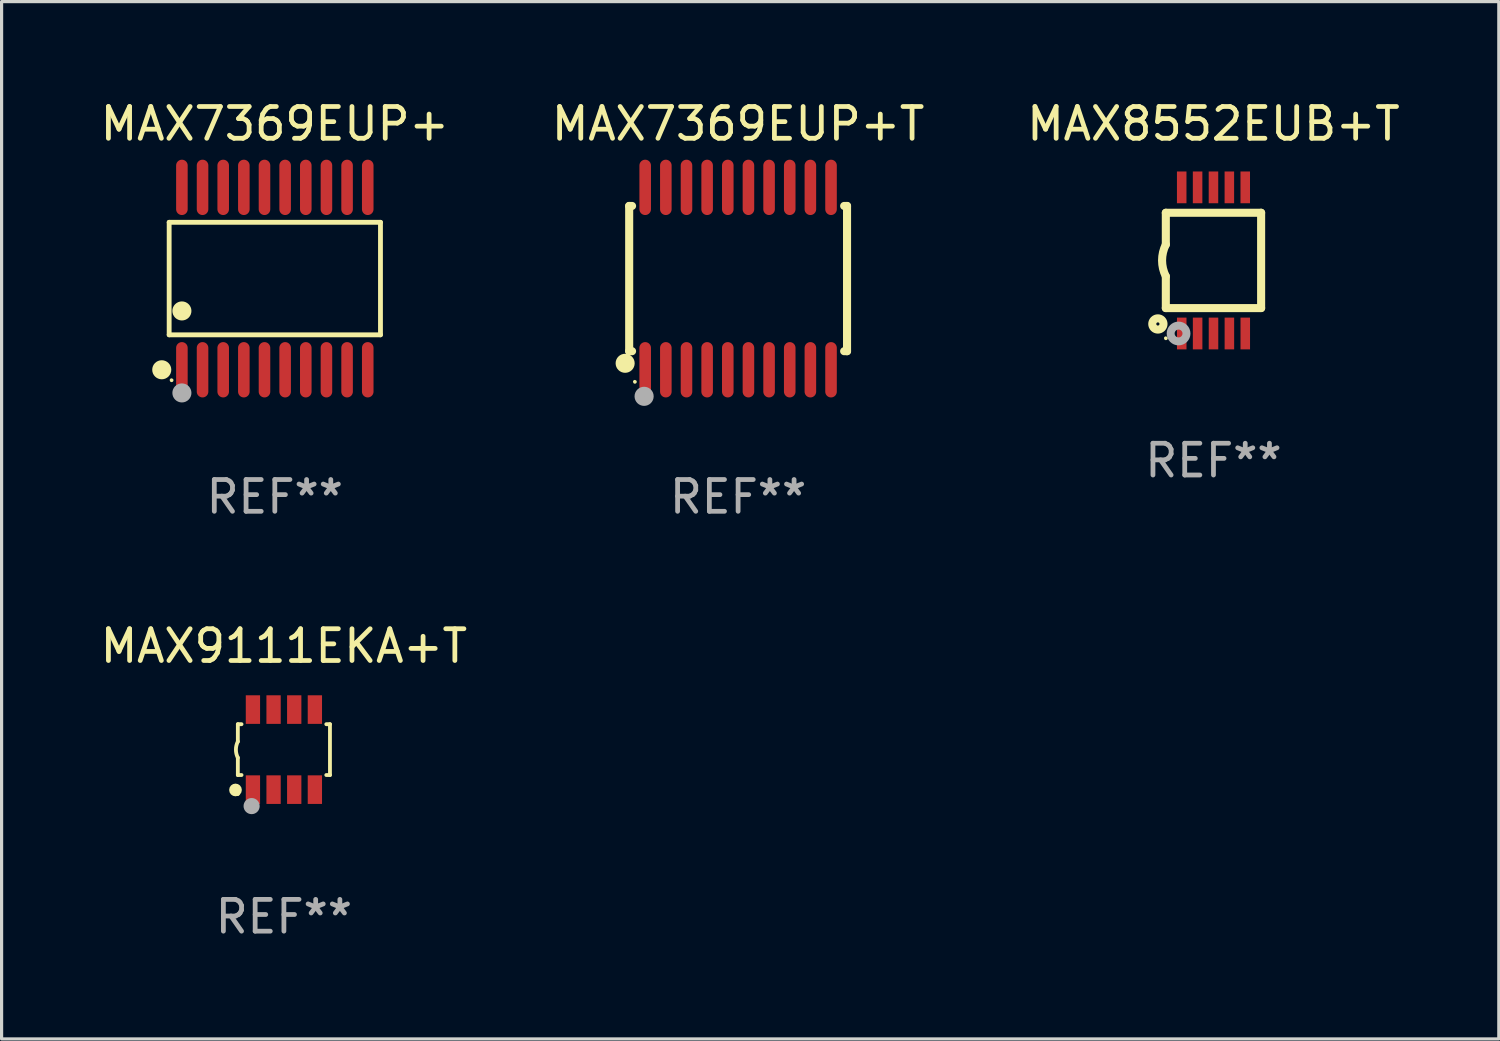
<source format=kicad_pcb>
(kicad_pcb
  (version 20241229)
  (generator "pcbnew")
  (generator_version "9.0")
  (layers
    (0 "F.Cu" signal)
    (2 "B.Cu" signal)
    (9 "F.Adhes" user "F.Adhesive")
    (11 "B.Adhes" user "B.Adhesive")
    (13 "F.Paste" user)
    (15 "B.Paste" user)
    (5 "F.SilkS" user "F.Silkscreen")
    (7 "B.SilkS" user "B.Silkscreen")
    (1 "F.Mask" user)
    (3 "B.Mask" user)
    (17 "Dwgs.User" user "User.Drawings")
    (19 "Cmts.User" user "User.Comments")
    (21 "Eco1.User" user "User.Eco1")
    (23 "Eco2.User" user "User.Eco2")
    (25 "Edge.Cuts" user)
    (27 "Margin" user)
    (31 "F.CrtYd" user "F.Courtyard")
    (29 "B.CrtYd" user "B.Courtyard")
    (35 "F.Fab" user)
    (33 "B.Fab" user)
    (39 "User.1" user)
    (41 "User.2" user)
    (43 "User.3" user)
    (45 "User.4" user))
  (footprint "MAX8552EUB+T"
    (layer "F.Cu")
    (at 35.149 5.148)
    (property "Reference" "MAX8552EUB+T" (at 0 -4.3 0) (layer "F.SilkS") (effects (font (size 1 1) (thickness 0.15))))
    (attr through_hole)
    (fp_line (start -1.5 -1.5) (end -1.5 -0.5) (stroke (width 0.254) (type solid)) (layer "F.SilkS"))
    (fp_line (start -1.5 1.5) (end -1.5 0.5) (stroke (width 0.254) (type solid)) (layer "F.SilkS"))
    (fp_line (start -1.5 1.5) (end 1.5 1.5) (stroke (width 0.254) (type solid)) (layer "F.SilkS"))
    (fp_line (start 1.5 1.5) (end 1.5 -1.5) (stroke (width 0.254) (type solid)) (layer "F.SilkS"))
    (fp_line (start 1.5 -1.5) (end -1.5 -1.5) (stroke (width 0.254) (type solid)) (layer "F.SilkS"))
    (fp_arc (start -1.500165 0.5) (mid -1.618199 0) (end -1.500165 -0.5) (stroke (width 0.254001) (type solid)) (layer "F.SilkS"))
    (fp_circle (center -1.75 2) (end -1.573 2) (stroke (width 0.254) (type solid)) (fill no) (layer "F.SilkS"))
    (fp_circle (center -1.499 2.45) (end -1.469 2.45) (stroke (width 0.06) (type solid)) (fill no) (layer "F.SilkS"))
    (fp_circle (center -1.099 2.3) (end -0.975 2.3) (stroke (width 0.25) (type solid)) (fill no) (layer "F.Fab"))
    (fp_text user "REF**" (at 0 6.3 0) (layer "F.Fab") (effects (font (size 1 1) (thickness 0.15))))
    (pad "1" smd rect (at -0.999 2.3 180) (size 0.3 1) (layers "F.Cu" "F.Mask" "F.Paste"))
    (pad "2" smd rect (at -0.499 2.3 180) (size 0.3 1) (layers "F.Cu" "F.Mask" "F.Paste"))
    (pad "3" smd rect (at 0.001 2.3 180) (size 0.3 1) (layers "F.Cu" "F.Mask" "F.Paste"))
    (pad "4" smd rect (at 0.501 2.3 180) (size 0.3 1) (layers "F.Cu" "F.Mask" "F.Paste"))
    (pad "5" smd rect (at 1.001 2.3 180) (size 0.3 1) (layers "F.Cu" "F.Mask" "F.Paste"))
    (pad "6" smd rect (at 1 -2.3 180) (size 0.3 1) (layers "F.Cu" "F.Mask" "F.Paste"))
    (pad "7" smd rect (at 0.5 -2.3 180) (size 0.3 1) (layers "F.Cu" "F.Mask" "F.Paste"))
    (pad "8" smd rect (at -0.000165 -2.3 180) (size 0.3 1) (layers "F.Cu" "F.Mask" "F.Paste"))
    (pad "9" smd rect (at -0.5 -2.3 180) (size 0.3 1) (layers "F.Cu" "F.Mask" "F.Paste"))
    (pad "10" smd rect (at -1 -2.3 180) (size 0.3 1) (layers "F.Cu" "F.Mask" "F.Paste")))
  (footprint "MAX9111EKA+T"
    (layer "F.Cu")
    (at 5.887 20.547)
    (property "Reference" "MAX9111EKA+T" (at 0 -3.26 0) (layer "F.SilkS") (effects (font (size 1 1) (thickness 0.15))))
    (attr through_hole)
    (fp_line (start -1.45 -0.8) (end -1.45 -0.254) (stroke (width 0.12) (type solid)) (layer "F.SilkS"))
    (fp_line (start -1.45 -0.8) (end -1.334 -0.8) (stroke (width 0.12) (type solid)) (layer "F.SilkS"))
    (fp_line (start -1.45 0.8) (end -1.45 0.254) (stroke (width 0.12) (type solid)) (layer "F.SilkS"))
    (fp_line (start -1.45 0.8) (end -1.334 0.8) (stroke (width 0.12) (type solid)) (layer "F.SilkS"))
    (fp_line (start 1.334 -0.8) (end 1.45 -0.8) (stroke (width 0.12) (type solid)) (layer "F.SilkS"))
    (fp_line (start 1.334 0.8) (end 1.45 0.8) (stroke (width 0.12) (type solid)) (layer "F.SilkS"))
    (fp_line (start 1.45 0.8) (end 1.45 -0.8) (stroke (width 0.12) (type solid)) (layer "F.SilkS"))
    (fp_arc (start -1.45075 0.255144) (mid -1.510605 0.000434) (end -1.450013 -0.254102) (stroke (width 0.11999) (type solid)) (layer "F.SilkS"))
    (fp_circle (center -1.524 1.27) (end -1.424 1.27) (stroke (width 0.2) (type solid)) (fill no) (layer "F.SilkS"))
    (fp_circle (center -1.45 1.4) (end -1.42 1.4) (stroke (width 0.06) (type solid)) (fill no) (layer "F.SilkS"))
    (fp_circle (center -1.016 1.778) (end -0.889 1.778) (stroke (width 0.254) (type solid)) (fill no) (layer "F.Fab"))
    (fp_text user "REF**" (at 0 5.26 0) (layer "F.Fab") (effects (font (size 1 1) (thickness 0.15))))
    (pad "1" smd rect (at -0.975 1.26) (size 0.45 0.9) (layers "F.Cu" "F.Mask" "F.Paste"))
    (pad "2" smd rect (at -0.325 1.26) (size 0.45 0.9) (layers "F.Cu" "F.Mask" "F.Paste"))
    (pad "3" smd rect (at 0.325 1.26) (size 0.45 0.9) (layers "F.Cu" "F.Mask" "F.Paste"))
    (pad "4" smd rect (at 0.975 1.26) (size 0.45 0.9) (layers "F.Cu" "F.Mask" "F.Paste"))
    (pad "5" smd rect (at 0.975 -1.26) (size 0.45 0.9) (layers "F.Cu" "F.Mask" "F.Paste"))
    (pad "6" smd rect (at 0.325 -1.26) (size 0.45 0.9) (layers "F.Cu" "F.Mask" "F.Paste"))
    (pad "7" smd rect (at -0.325 -1.26) (size 0.45 0.9) (layers "F.Cu" "F.Mask" "F.Paste"))
    (pad "8" smd rect (at -0.975 -1.26) (size 0.45 0.9) (layers "F.Cu" "F.Mask" "F.Paste")))
  (footprint "MAX7369EUP+"
    (layer "F.Cu")
    (at 5.601 5.719)
    (property "Reference" "MAX7369EUP+" (at 0 -4.871 0) (layer "F.SilkS") (effects (font (size 1 1) (thickness 0.15))))
    (attr through_hole)
    (fp_line (start -3.326 -1.771) (end 3.326 -1.771) (stroke (width 0.152) (type solid)) (layer "F.SilkS"))
    (fp_line (start -3.326 1.771) (end -3.326 -1.771) (stroke (width 0.152) (type solid)) (layer "F.SilkS"))
    (fp_line (start 3.326 -1.771) (end 3.326 1.771) (stroke (width 0.152) (type solid)) (layer "F.SilkS"))
    (fp_line (start 3.326 1.771) (end -3.326 1.771) (stroke (width 0.152) (type solid)) (layer "F.SilkS"))
    (fp_circle (center -3.559 2.871) (end -3.409 2.871) (stroke (width 0.3) (type solid)) (fill no) (layer "F.SilkS"))
    (fp_circle (center -3.25 3.2) (end -3.22 3.2) (stroke (width 0.06) (type solid)) (fill no) (layer "F.SilkS"))
    (fp_circle (center -2.925 1.019) (end -2.775 1.019) (stroke (width 0.3) (type solid)) (fill no) (layer "F.SilkS"))
    (fp_circle (center -2.925 3.6) (end -2.775 3.6) (stroke (width 0.3) (type solid)) (fill no) (layer "F.Fab"))
    (fp_text user "REF**" (at 0 6.871 0) (layer "F.Fab") (effects (font (size 1 1) (thickness 0.15))))
    (pad "1" smd oval (at -2.925 2.871) (size 0.364 1.742) (layers "F.Cu" "F.Mask" "F.Paste"))
    (pad "2" smd oval (at -2.275 2.871) (size 0.364 1.742) (layers "F.Cu" "F.Mask" "F.Paste"))
    (pad "3" smd oval (at -1.625 2.871) (size 0.364 1.742) (layers "F.Cu" "F.Mask" "F.Paste"))
    (pad "4" smd oval (at -0.975 2.871) (size 0.364 1.742) (layers "F.Cu" "F.Mask" "F.Paste"))
    (pad "5" smd oval (at -0.325 2.871) (size 0.364 1.742) (layers "F.Cu" "F.Mask" "F.Paste"))
    (pad "6" smd oval (at 0.325 2.871) (size 0.364 1.742) (layers "F.Cu" "F.Mask" "F.Paste"))
    (pad "7" smd oval (at 0.975 2.871) (size 0.364 1.742) (layers "F.Cu" "F.Mask" "F.Paste"))
    (pad "8" smd oval (at 1.625 2.871) (size 0.364 1.742) (layers "F.Cu" "F.Mask" "F.Paste"))
    (pad "9" smd oval (at 2.275 2.871) (size 0.364 1.742) (layers "F.Cu" "F.Mask" "F.Paste"))
    (pad "10" smd oval (at 2.925 2.871) (size 0.364 1.742) (layers "F.Cu" "F.Mask" "F.Paste"))
    (pad "11" smd oval (at 2.925 -2.871) (size 0.364 1.742) (layers "F.Cu" "F.Mask" "F.Paste"))
    (pad "12" smd oval (at 2.275 -2.871) (size 0.364 1.742) (layers "F.Cu" "F.Mask" "F.Paste"))
    (pad "13" smd oval (at 1.625 -2.871) (size 0.364 1.742) (layers "F.Cu" "F.Mask" "F.Paste"))
    (pad "14" smd oval (at 0.975 -2.871) (size 0.364 1.742) (layers "F.Cu" "F.Mask" "F.Paste"))
    (pad "15" smd oval (at 0.325 -2.871) (size 0.364 1.742) (layers "F.Cu" "F.Mask" "F.Paste"))
    (pad "16" smd oval (at -0.325 -2.871) (size 0.364 1.742) (layers "F.Cu" "F.Mask" "F.Paste"))
    (pad "17" smd oval (at -0.975 -2.871) (size 0.364 1.742) (layers "F.Cu" "F.Mask" "F.Paste"))
    (pad "18" smd oval (at -1.625 -2.871) (size 0.364 1.742) (layers "F.Cu" "F.Mask" "F.Paste"))
    (pad "19" smd oval (at -2.275 -2.871) (size 0.364 1.742) (layers "F.Cu" "F.Mask" "F.Paste"))
    (pad "20" smd oval (at -2.925 -2.871) (size 0.364 1.742) (layers "F.Cu" "F.Mask" "F.Paste")))
  (footprint "MAX7369EUP+T"
    (layer "F.Cu")
    (at 20.185 5.719)
    (property "Reference" "MAX7369EUP+T" (at 0 -4.871 0) (layer "F.SilkS") (effects (font (size 1 1) (thickness 0.15))))
    (attr through_hole)
    (fp_line (start -3.429 -2.286) (end -3.429 2.286) (stroke (width 0.254) (type solid)) (layer "F.SilkS"))
    (fp_line (start -3.429 2.286) (end -3.338 2.286) (stroke (width 0.254) (type solid)) (layer "F.SilkS"))
    (fp_line (start -3.338 -2.286) (end -3.429 -2.286) (stroke (width 0.254) (type solid)) (layer "F.SilkS"))
    (fp_line (start 3.338 -2.286) (end 3.429 -2.286) (stroke (width 0.254) (type solid)) (layer "F.SilkS"))
    (fp_line (start 3.429 -2.286) (end 3.429 2.286) (stroke (width 0.254) (type solid)) (layer "F.SilkS"))
    (fp_line (start 3.429 2.286) (end 3.338 2.286) (stroke (width 0.254) (type solid)) (layer "F.SilkS"))
    (fp_circle (center -3.556 2.667) (end -3.406 2.667) (stroke (width 0.3) (type solid)) (fill no) (layer "F.SilkS"))
    (fp_circle (center -3.25 3.25) (end -3.22 3.25) (stroke (width 0.06) (type solid)) (fill no) (layer "F.SilkS"))
    (fp_circle (center -2.959 3.707) (end -2.808 3.707) (stroke (width 0.3) (type solid)) (fill no) (layer "F.Fab"))
    (fp_text user "REF**" (at 0 6.871 0) (layer "F.Fab") (effects (font (size 1 1) (thickness 0.15))))
    (pad "1" smd oval (at -2.925 2.871) (size 0.364 1.742) (layers "F.Cu" "F.Mask" "F.Paste"))
    (pad "2" smd oval (at -2.275 2.871) (size 0.364 1.742) (layers "F.Cu" "F.Mask" "F.Paste"))
    (pad "3" smd oval (at -1.625 2.871) (size 0.364 1.742) (layers "F.Cu" "F.Mask" "F.Paste"))
    (pad "4" smd oval (at -0.975 2.871) (size 0.364 1.742) (layers "F.Cu" "F.Mask" "F.Paste"))
    (pad "5" smd oval (at -0.325 2.871) (size 0.364 1.742) (layers "F.Cu" "F.Mask" "F.Paste"))
    (pad "6" smd oval (at 0.325 2.871) (size 0.364 1.742) (layers "F.Cu" "F.Mask" "F.Paste"))
    (pad "7" smd oval (at 0.975 2.871) (size 0.364 1.742) (layers "F.Cu" "F.Mask" "F.Paste"))
    (pad "8" smd oval (at 1.625 2.871) (size 0.364 1.742) (layers "F.Cu" "F.Mask" "F.Paste"))
    (pad "9" smd oval (at 2.275 2.871) (size 0.364 1.742) (layers "F.Cu" "F.Mask" "F.Paste"))
    (pad "10" smd oval (at 2.925 2.871) (size 0.364 1.742) (layers "F.Cu" "F.Mask" "F.Paste"))
    (pad "11" smd oval (at 2.925 -2.871) (size 0.364 1.742) (layers "F.Cu" "F.Mask" "F.Paste"))
    (pad "12" smd oval (at 2.275 -2.871) (size 0.364 1.742) (layers "F.Cu" "F.Mask" "F.Paste"))
    (pad "13" smd oval (at 1.625 -2.871) (size 0.364 1.742) (layers "F.Cu" "F.Mask" "F.Paste"))
    (pad "14" smd oval (at 0.975 -2.871) (size 0.364 1.742) (layers "F.Cu" "F.Mask" "F.Paste"))
    (pad "15" smd oval (at 0.325 -2.871) (size 0.364 1.742) (layers "F.Cu" "F.Mask" "F.Paste"))
    (pad "16" smd oval (at -0.325 -2.871) (size 0.364 1.742) (layers "F.Cu" "F.Mask" "F.Paste"))
    (pad "17" smd oval (at -0.975 -2.871) (size 0.364 1.742) (layers "F.Cu" "F.Mask" "F.Paste"))
    (pad "18" smd oval (at -1.625 -2.871) (size 0.364 1.742) (layers "F.Cu" "F.Mask" "F.Paste"))
    (pad "19" smd oval (at -2.275 -2.871) (size 0.364 1.742) (layers "F.Cu" "F.Mask" "F.Paste"))
    (pad "20" smd oval (at -2.925 -2.871) (size 0.364 1.742) (layers "F.Cu" "F.Mask" "F.Paste")))
  (gr_rect
    (start -3 -3)
    (end 44.131 29.655)
    (stroke (width 0.1) (type default))
    (fill no)
    (layer "Edge.Cuts")))
</source>
